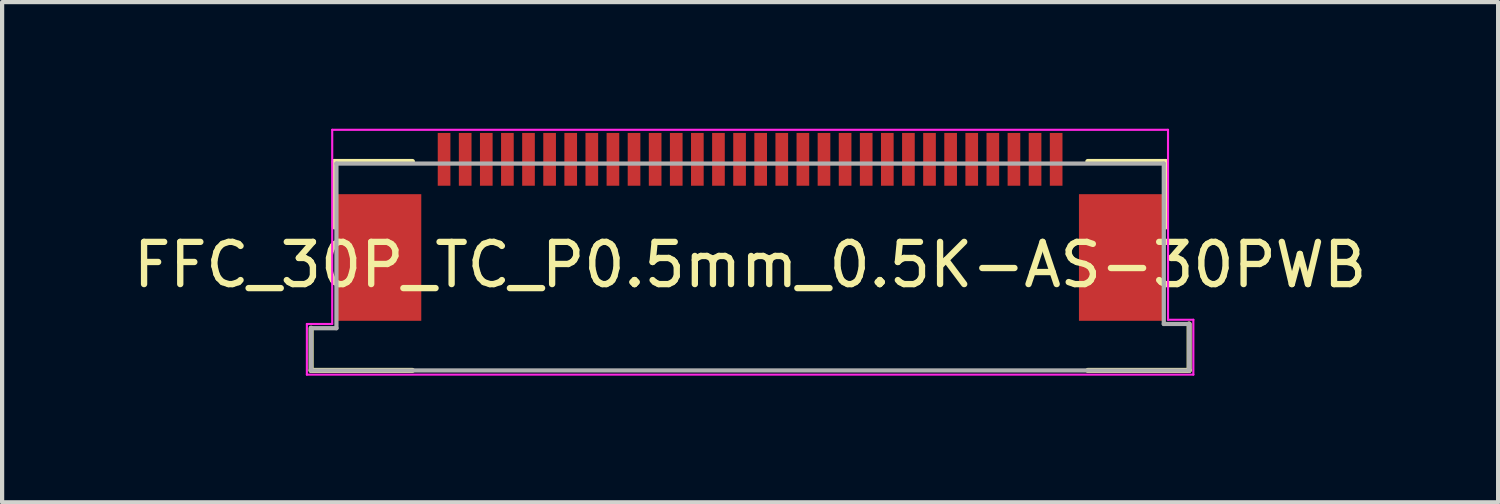
<source format=kicad_pcb>
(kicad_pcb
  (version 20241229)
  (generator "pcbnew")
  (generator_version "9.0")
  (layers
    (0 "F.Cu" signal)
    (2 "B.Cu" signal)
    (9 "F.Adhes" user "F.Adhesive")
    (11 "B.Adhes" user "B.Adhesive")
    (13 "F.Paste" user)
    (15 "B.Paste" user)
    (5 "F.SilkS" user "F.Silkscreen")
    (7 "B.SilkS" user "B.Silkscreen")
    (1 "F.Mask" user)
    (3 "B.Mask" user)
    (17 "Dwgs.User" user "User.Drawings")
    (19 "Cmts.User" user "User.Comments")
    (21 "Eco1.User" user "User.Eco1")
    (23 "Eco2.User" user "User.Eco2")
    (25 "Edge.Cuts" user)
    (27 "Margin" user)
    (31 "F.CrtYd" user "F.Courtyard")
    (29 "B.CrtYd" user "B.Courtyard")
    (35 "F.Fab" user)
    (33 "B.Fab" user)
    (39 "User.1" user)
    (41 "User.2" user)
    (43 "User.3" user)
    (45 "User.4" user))
  (footprint "FFC_30P_TC_P0.5mm_0.5K-AS-30PWB"
    (layer "F.Cu")
    (at 14.72 2.825)
    (property "Reference" "FFC_30P_TC_P0.5mm_0.5K-AS-30PWB" (at 0 0.4 0) (unlocked yes) (layer "F.SilkS") (effects (font (size 1 1) (thickness 0.15))))
    (attr smd)
    (fp_line (start -10.4 1.9) (end -10.4 2.9) (stroke (width 0.12) (type default)) (layer "F.SilkS"))
    (fp_line (start -10.4 2.9) (end -8 2.9) (stroke (width 0.12) (type default)) (layer "F.SilkS"))
    (fp_line (start -9.85 -2.05) (end -9.85 -0.5) (stroke (width 0.12) (type default)) (layer "F.SilkS"))
    (fp_line (start -8 -2.05) (end -9.85 -2.05) (stroke (width 0.12) (type default)) (layer "F.SilkS"))
    (fp_line (start 8 -2.05) (end 9.85 -2.05) (stroke (width 0.12) (type default)) (layer "F.SilkS"))
    (fp_line (start 9.85 -2.05) (end 9.85 -0.5) (stroke (width 0.12) (type default)) (layer "F.SilkS"))
    (fp_line (start 10.4 1.8) (end 10.4 2.9) (stroke (width 0.12) (type default)) (layer "F.SilkS"))
    (fp_line (start 10.4 2.9) (end 8 2.9) (stroke (width 0.12) (type default)) (layer "F.SilkS"))
    (fp_line (start -10.5 1.8) (end -9.9 1.8) (stroke (width 0.05) (type default)) (layer "F.CrtYd"))
    (fp_line (start -10.5 3) (end -10.5 1.8) (stroke (width 0.05) (type default)) (layer "F.CrtYd"))
    (fp_line (start -9.9 -2.8) (end 9.9 -2.8) (stroke (width 0.05) (type default)) (layer "F.CrtYd"))
    (fp_line (start -9.9 1.8) (end -9.9 -2.8) (stroke (width 0.05) (type default)) (layer "F.CrtYd"))
    (fp_line (start 9.9 -2.8) (end 9.9 1.7) (stroke (width 0.05) (type default)) (layer "F.CrtYd"))
    (fp_line (start 9.9 1.7) (end 10.5 1.7) (stroke (width 0.05) (type default)) (layer "F.CrtYd"))
    (fp_line (start 10.5 1.7) (end 10.5 3) (stroke (width 0.05) (type default)) (layer "F.CrtYd"))
    (fp_line (start 10.5 3) (end -10.5 3) (stroke (width 0.05) (type default)) (layer "F.CrtYd"))
    (fp_line (start -10.4 1.9) (end -9.8 1.9) (stroke (width 0.1) (type default)) (layer "F.Fab"))
    (fp_line (start -10.4 2.9) (end -10.4 1.9) (stroke (width 0.1) (type default)) (layer "F.Fab"))
    (fp_line (start -9.8 -2) (end 9.8 -2) (stroke (width 0.1) (type default)) (layer "F.Fab"))
    (fp_line (start -9.8 1.9) (end -9.8 -2) (stroke (width 0.1) (type default)) (layer "F.Fab"))
    (fp_line (start 9.8 -2) (end 9.8 1.8) (stroke (width 0.1) (type default)) (layer "F.Fab"))
    (fp_line (start 9.8 1.8) (end 10.4 1.8) (stroke (width 0.1) (type default)) (layer "F.Fab"))
    (fp_line (start 10.4 1.8) (end 10.4 2.9) (stroke (width 0.1) (type default)) (layer "F.Fab"))
    (fp_line (start 10.4 2.9) (end -10.4 2.9) (stroke (width 0.1) (type default)) (layer "F.Fab"))
    (pad "1" smd rect (at 7.25 -2.1) (size 0.3 1.25) (layers "F.Cu" "F.Mask" "F.Paste"))
    (pad "2" smd rect (at 6.75 -2.1) (size 0.3 1.25) (layers "F.Cu" "F.Mask" "F.Paste"))
    (pad "3" smd rect (at 6.25 -2.1) (size 0.3 1.25) (layers "F.Cu" "F.Mask" "F.Paste"))
    (pad "4" smd rect (at 5.75 -2.1) (size 0.3 1.25) (layers "F.Cu" "F.Mask" "F.Paste"))
    (pad "5" smd rect (at 5.25 -2.1) (size 0.3 1.25) (layers "F.Cu" "F.Mask" "F.Paste"))
    (pad "6" smd rect (at 4.75 -2.1) (size 0.3 1.25) (layers "F.Cu" "F.Mask" "F.Paste"))
    (pad "7" smd rect (at 4.25 -2.1) (size 0.3 1.25) (layers "F.Cu" "F.Mask" "F.Paste"))
    (pad "8" smd rect (at 3.75 -2.1) (size 0.3 1.25) (layers "F.Cu" "F.Mask" "F.Paste"))
    (pad "9" smd rect (at 3.25 -2.1) (size 0.3 1.25) (layers "F.Cu" "F.Mask" "F.Paste"))
    (pad "10" smd rect (at 2.75 -2.1) (size 0.3 1.25) (layers "F.Cu" "F.Mask" "F.Paste"))
    (pad "11" smd rect (at 2.25 -2.1) (size 0.3 1.25) (layers "F.Cu" "F.Mask" "F.Paste"))
    (pad "12" smd rect (at 1.75 -2.1) (size 0.3 1.25) (layers "F.Cu" "F.Mask" "F.Paste"))
    (pad "13" smd rect (at 1.25 -2.1) (size 0.3 1.25) (layers "F.Cu" "F.Mask" "F.Paste"))
    (pad "14" smd rect (at 0.75 -2.1) (size 0.3 1.25) (layers "F.Cu" "F.Mask" "F.Paste"))
    (pad "15" smd rect (at 0.25 -2.1) (size 0.3 1.25) (layers "F.Cu" "F.Mask" "F.Paste"))
    (pad "16" smd rect (at -0.25 -2.1) (size 0.3 1.25) (layers "F.Cu" "F.Mask" "F.Paste"))
    (pad "17" smd rect (at -0.75 -2.1) (size 0.3 1.25) (layers "F.Cu" "F.Mask" "F.Paste"))
    (pad "18" smd rect (at -1.25 -2.1) (size 0.3 1.25) (layers "F.Cu" "F.Mask" "F.Paste"))
    (pad "19" smd rect (at -1.75 -2.1) (size 0.3 1.25) (layers "F.Cu" "F.Mask" "F.Paste"))
    (pad "20" smd rect (at -2.25 -2.1) (size 0.3 1.25) (layers "F.Cu" "F.Mask" "F.Paste"))
    (pad "21" smd rect (at -2.75 -2.1) (size 0.3 1.25) (layers "F.Cu" "F.Mask" "F.Paste"))
    (pad "22" smd rect (at -3.25 -2.1) (size 0.3 1.25) (layers "F.Cu" "F.Mask" "F.Paste"))
    (pad "23" smd rect (at -3.75 -2.1) (size 0.3 1.25) (layers "F.Cu" "F.Mask" "F.Paste"))
    (pad "24" smd rect (at -4.25 -2.1) (size 0.3 1.25) (layers "F.Cu" "F.Mask" "F.Paste"))
    (pad "25" smd rect (at -4.75 -2.1) (size 0.3 1.25) (layers "F.Cu" "F.Mask" "F.Paste"))
    (pad "26" smd rect (at -5.25 -2.1) (size 0.3 1.25) (layers "F.Cu" "F.Mask" "F.Paste"))
    (pad "27" smd rect (at -5.75 -2.1) (size 0.3 1.25) (layers "F.Cu" "F.Mask" "F.Paste"))
    (pad "28" smd rect (at -6.25 -2.1) (size 0.3 1.25) (layers "F.Cu" "F.Mask" "F.Paste"))
    (pad "29" smd rect (at -6.75 -2.1) (size 0.3 1.25) (layers "F.Cu" "F.Mask" "F.Paste"))
    (pad "30" smd rect (at -7.25 -2.1) (size 0.3 1.25) (layers "F.Cu" "F.Mask" "F.Paste"))
    (pad "ML" smd rect (at -8.79 0.225) (size 2 3) (layers "F.Cu" "F.Mask" "F.Paste"))
    (pad "MR" smd rect (at 8.79 0.225) (size 2 3) (layers "F.Cu" "F.Mask" "F.Paste")))
  (gr_rect
    (start -3 -3)
    (end 32.44 8.85)
    (stroke (width 0.1) (type default))
    (fill no)
    (layer "Edge.Cuts")))
</source>
